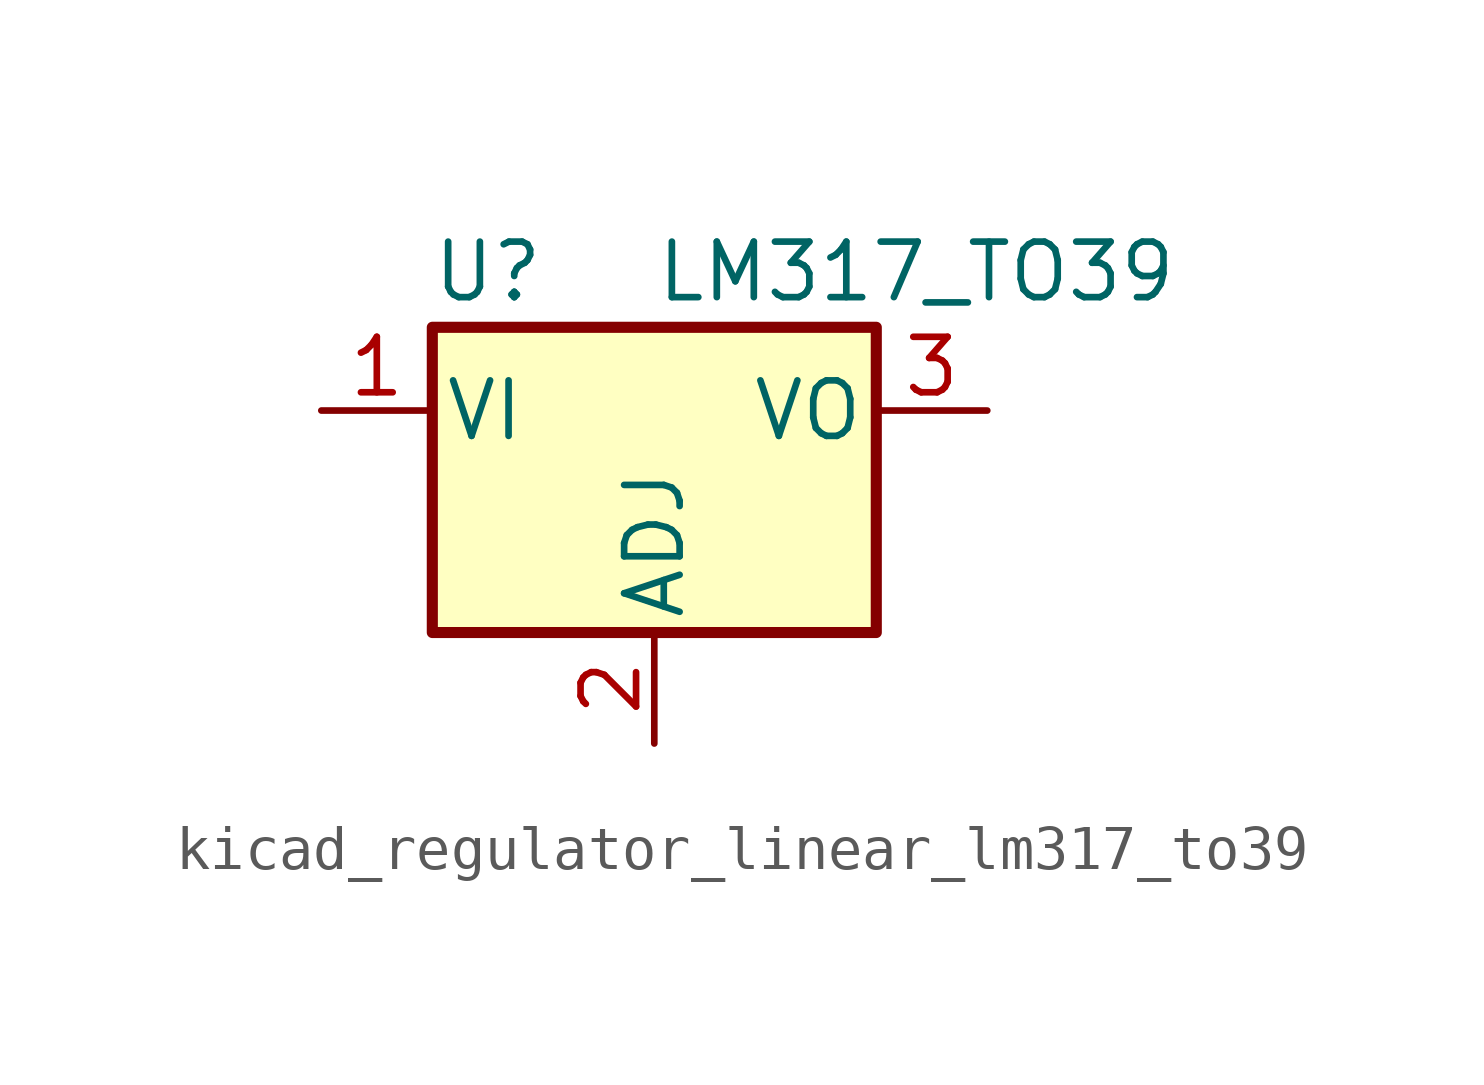
<source format=kicad_sym>
(kicad_symbol_lib
  (version 20220914)
  (generator kicad_symbol_editor)
  (symbol "kicad_regulator_linear_lm317_to39"
    (pin_names
      (offset 0.254))
    (property "Reference" "U"
      (at -3.81 3.175 0)
      (effects (font (size 1.27 1.27))))
    (property "Value" "LM317_TO39"
      (at 0 3.175 0)
      (effects (font (size 1.27 1.27)) (justify left)))
    (symbol "kicad_regulator_linear_lm317_to39_0_1"
      (rectangle (start -5.08 1.905) (end 5.08 -5.08) (stroke (width 0.254) (type default)) (fill (type background))))
    (symbol "kicad_regulator_linear_lm317_to39_1_1"
      (pin power_in line (at -7.62 0 0) (length 2.54) (name "VI" (effects (font (size 1.27 1.27)))) (number "1" (effects (font (size 1.27 1.27)))))
      (pin input line (at 0 -7.62 90) (length 2.54) (name "ADJ" (effects (font (size 1.27 1.27)))) (number "2" (effects (font (size 1.27 1.27)))))
      (pin power_out line (at 7.62 0 180) (length 2.54) (name "VO" (effects (font (size 1.27 1.27)))) (number "3" (effects (font (size 1.27 1.27))))))))
</source>
